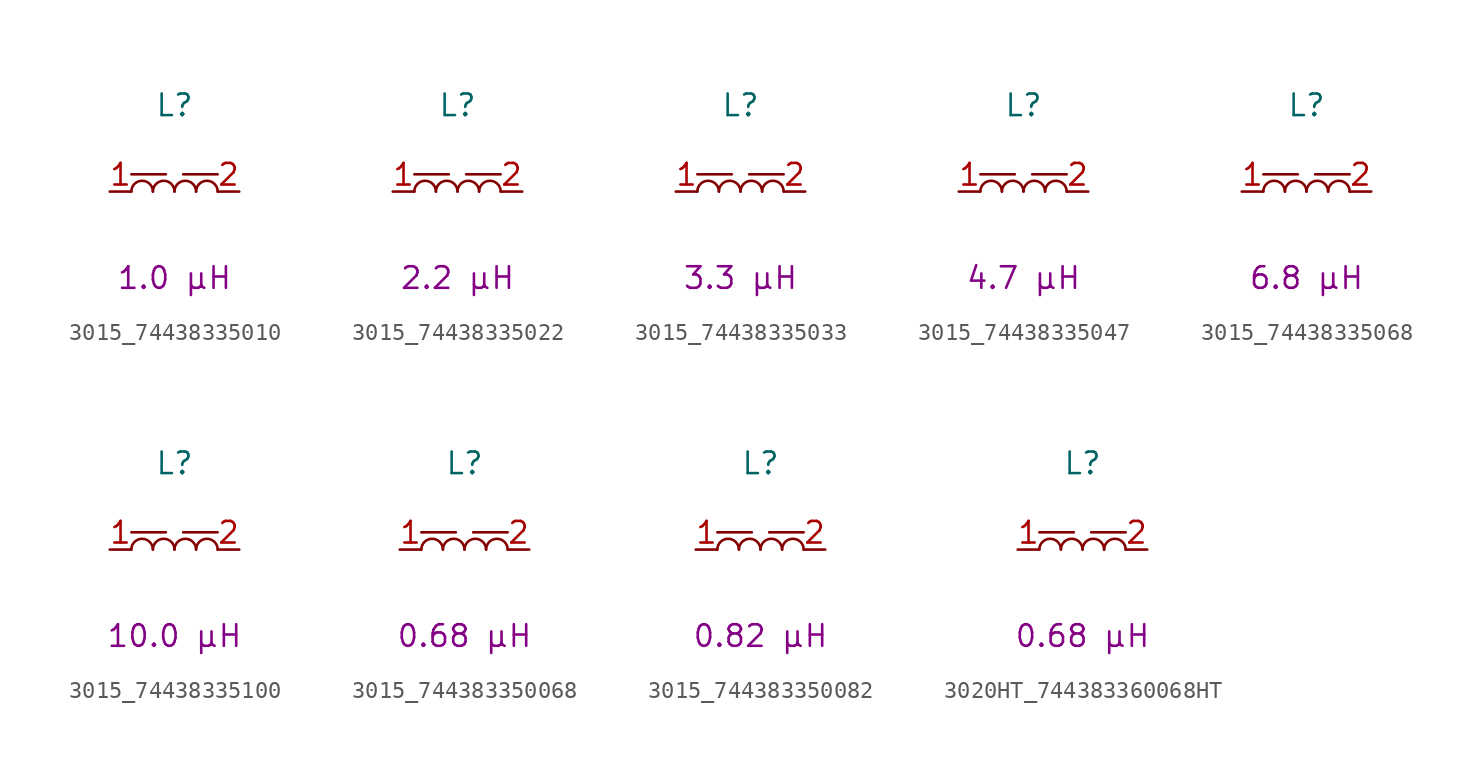
<source format=kicad_sym>
(kicad_symbol_lib
  (version 20241209)
  (generator "kicad_symbol_editor")
  (generator_version "9.0")
  (symbol "3015_74438335010"
    (pin_names
      (hide yes))
    (property "Reference" "L"
      (at 0 5.08 0)
      (effects (font (size 1.27 1.27))))
    (property "Critical Parameter" "1.0 µH"
      (at 0 -5.08 0)
      (effects (font (size 1.27 1.27))))
    (symbol "3015_74438335010_0_1"
      (polyline (pts (xy -2.54 1.016) (xy -0.508 1.016)) (stroke (width 0) (type default)) (fill (type none)))
      (arc (start -2.54 0) (mid -1.905 0.6323) (end -1.27 0) (stroke (width 0) (type default)) (fill (type none)))
      (arc (start -1.27 0) (mid -0.635 0.6323) (end 0 0) (stroke (width 0) (type default)) (fill (type none)))
      (arc (start 0 0) (mid 0.635 0.6323) (end 1.27 0) (stroke (width 0) (type default)) (fill (type none)))
      (arc (start 1.27 0) (mid 1.905 0.6323) (end 2.54 0) (stroke (width 0) (type default)) (fill (type none))))
    (symbol "3015_74438335010_1_1"
      (polyline (pts (xy 2.54 1.016) (xy 0.508 1.016)) (stroke (width 0) (type default)) (fill (type none)))
      (pin passive line (at -3.81 0 0) (length 1.27) (name "1" (effects (font (size 1.27 1.27)))) (number "1" (effects (font (size 1.27 1.27)))))
      (pin passive line (at 3.81 0 180) (length 1.27) (name "2" (effects (font (size 1.27 1.27)))) (number "2" (effects (font (size 1.27 1.27)))))))
  (symbol "3015_74438335022"
    (pin_names
      (hide yes))
    (property "Reference" "L"
      (at 0 5.08 0)
      (effects (font (size 1.27 1.27))))
    (property "Critical Parameter" "2.2 µH"
      (at 0 -5.08 0)
      (effects (font (size 1.27 1.27))))
    (symbol "3015_74438335022_0_1"
      (polyline (pts (xy -2.54 1.016) (xy -0.508 1.016)) (stroke (width 0) (type default)) (fill (type none)))
      (arc (start -2.54 0) (mid -1.905 0.6323) (end -1.27 0) (stroke (width 0) (type default)) (fill (type none)))
      (arc (start -1.27 0) (mid -0.635 0.6323) (end 0 0) (stroke (width 0) (type default)) (fill (type none)))
      (arc (start 0 0) (mid 0.635 0.6323) (end 1.27 0) (stroke (width 0) (type default)) (fill (type none)))
      (arc (start 1.27 0) (mid 1.905 0.6323) (end 2.54 0) (stroke (width 0) (type default)) (fill (type none))))
    (symbol "3015_74438335022_1_1"
      (polyline (pts (xy 2.54 1.016) (xy 0.508 1.016)) (stroke (width 0) (type default)) (fill (type none)))
      (pin passive line (at -3.81 0 0) (length 1.27) (name "1" (effects (font (size 1.27 1.27)))) (number "1" (effects (font (size 1.27 1.27)))))
      (pin passive line (at 3.81 0 180) (length 1.27) (name "2" (effects (font (size 1.27 1.27)))) (number "2" (effects (font (size 1.27 1.27)))))))
  (symbol "3015_74438335033"
    (pin_names
      (hide yes))
    (property "Reference" "L"
      (at 0 5.08 0)
      (effects (font (size 1.27 1.27))))
    (property "Critical Parameter" "3.3 µH"
      (at 0 -5.08 0)
      (effects (font (size 1.27 1.27))))
    (symbol "3015_74438335033_0_1"
      (polyline (pts (xy -2.54 1.016) (xy -0.508 1.016)) (stroke (width 0) (type default)) (fill (type none)))
      (arc (start -2.54 0) (mid -1.905 0.6323) (end -1.27 0) (stroke (width 0) (type default)) (fill (type none)))
      (arc (start -1.27 0) (mid -0.635 0.6323) (end 0 0) (stroke (width 0) (type default)) (fill (type none)))
      (arc (start 0 0) (mid 0.635 0.6323) (end 1.27 0) (stroke (width 0) (type default)) (fill (type none)))
      (arc (start 1.27 0) (mid 1.905 0.6323) (end 2.54 0) (stroke (width 0) (type default)) (fill (type none))))
    (symbol "3015_74438335033_1_1"
      (polyline (pts (xy 2.54 1.016) (xy 0.508 1.016)) (stroke (width 0) (type default)) (fill (type none)))
      (pin passive line (at -3.81 0 0) (length 1.27) (name "1" (effects (font (size 1.27 1.27)))) (number "1" (effects (font (size 1.27 1.27)))))
      (pin passive line (at 3.81 0 180) (length 1.27) (name "2" (effects (font (size 1.27 1.27)))) (number "2" (effects (font (size 1.27 1.27)))))))
  (symbol "3015_74438335047"
    (pin_names
      (hide yes))
    (property "Reference" "L"
      (at 0 5.08 0)
      (effects (font (size 1.27 1.27))))
    (property "Critical Parameter" "4.7 µH"
      (at 0 -5.08 0)
      (effects (font (size 1.27 1.27))))
    (symbol "3015_74438335047_0_1"
      (polyline (pts (xy -2.54 1.016) (xy -0.508 1.016)) (stroke (width 0) (type default)) (fill (type none)))
      (arc (start -2.54 0) (mid -1.905 0.6323) (end -1.27 0) (stroke (width 0) (type default)) (fill (type none)))
      (arc (start -1.27 0) (mid -0.635 0.6323) (end 0 0) (stroke (width 0) (type default)) (fill (type none)))
      (arc (start 0 0) (mid 0.635 0.6323) (end 1.27 0) (stroke (width 0) (type default)) (fill (type none)))
      (arc (start 1.27 0) (mid 1.905 0.6323) (end 2.54 0) (stroke (width 0) (type default)) (fill (type none))))
    (symbol "3015_74438335047_1_1"
      (polyline (pts (xy 2.54 1.016) (xy 0.508 1.016)) (stroke (width 0) (type default)) (fill (type none)))
      (pin passive line (at -3.81 0 0) (length 1.27) (name "1" (effects (font (size 1.27 1.27)))) (number "1" (effects (font (size 1.27 1.27)))))
      (pin passive line (at 3.81 0 180) (length 1.27) (name "2" (effects (font (size 1.27 1.27)))) (number "2" (effects (font (size 1.27 1.27)))))))
  (symbol "3015_74438335068"
    (pin_names
      (hide yes))
    (property "Reference" "L"
      (at 0 5.08 0)
      (effects (font (size 1.27 1.27))))
    (property "Critical Parameter" "6.8 µH"
      (at 0 -5.08 0)
      (effects (font (size 1.27 1.27))))
    (symbol "3015_74438335068_0_1"
      (polyline (pts (xy -2.54 1.016) (xy -0.508 1.016)) (stroke (width 0) (type default)) (fill (type none)))
      (arc (start -2.54 0) (mid -1.905 0.6323) (end -1.27 0) (stroke (width 0) (type default)) (fill (type none)))
      (arc (start -1.27 0) (mid -0.635 0.6323) (end 0 0) (stroke (width 0) (type default)) (fill (type none)))
      (arc (start 0 0) (mid 0.635 0.6323) (end 1.27 0) (stroke (width 0) (type default)) (fill (type none)))
      (arc (start 1.27 0) (mid 1.905 0.6323) (end 2.54 0) (stroke (width 0) (type default)) (fill (type none))))
    (symbol "3015_74438335068_1_1"
      (polyline (pts (xy 2.54 1.016) (xy 0.508 1.016)) (stroke (width 0) (type default)) (fill (type none)))
      (pin passive line (at -3.81 0 0) (length 1.27) (name "1" (effects (font (size 1.27 1.27)))) (number "1" (effects (font (size 1.27 1.27)))))
      (pin passive line (at 3.81 0 180) (length 1.27) (name "2" (effects (font (size 1.27 1.27)))) (number "2" (effects (font (size 1.27 1.27)))))))
  (symbol "3015_74438335100"
    (pin_names
      (hide yes))
    (property "Reference" "L"
      (at 0 5.08 0)
      (effects (font (size 1.27 1.27))))
    (property "Critical Parameter" "10.0 µH"
      (at 0 -5.08 0)
      (effects (font (size 1.27 1.27))))
    (symbol "3015_74438335100_0_1"
      (polyline (pts (xy -2.54 1.016) (xy -0.508 1.016)) (stroke (width 0) (type default)) (fill (type none)))
      (arc (start -2.54 0) (mid -1.905 0.6323) (end -1.27 0) (stroke (width 0) (type default)) (fill (type none)))
      (arc (start -1.27 0) (mid -0.635 0.6323) (end 0 0) (stroke (width 0) (type default)) (fill (type none)))
      (arc (start 0 0) (mid 0.635 0.6323) (end 1.27 0) (stroke (width 0) (type default)) (fill (type none)))
      (arc (start 1.27 0) (mid 1.905 0.6323) (end 2.54 0) (stroke (width 0) (type default)) (fill (type none))))
    (symbol "3015_74438335100_1_1"
      (polyline (pts (xy 2.54 1.016) (xy 0.508 1.016)) (stroke (width 0) (type default)) (fill (type none)))
      (pin passive line (at -3.81 0 0) (length 1.27) (name "1" (effects (font (size 1.27 1.27)))) (number "1" (effects (font (size 1.27 1.27)))))
      (pin passive line (at 3.81 0 180) (length 1.27) (name "2" (effects (font (size 1.27 1.27)))) (number "2" (effects (font (size 1.27 1.27)))))))
  (symbol "3015_744383350068"
    (pin_names
      (hide yes))
    (property "Reference" "L"
      (at 0 5.08 0)
      (effects (font (size 1.27 1.27))))
    (property "Critical Parameter" "0.68 µH"
      (at 0 -5.08 0)
      (effects (font (size 1.27 1.27))))
    (symbol "3015_744383350068_0_1"
      (polyline (pts (xy -2.54 1.016) (xy -0.508 1.016)) (stroke (width 0) (type default)) (fill (type none)))
      (arc (start -2.54 0) (mid -1.905 0.6323) (end -1.27 0) (stroke (width 0) (type default)) (fill (type none)))
      (arc (start -1.27 0) (mid -0.635 0.6323) (end 0 0) (stroke (width 0) (type default)) (fill (type none)))
      (arc (start 0 0) (mid 0.635 0.6323) (end 1.27 0) (stroke (width 0) (type default)) (fill (type none)))
      (arc (start 1.27 0) (mid 1.905 0.6323) (end 2.54 0) (stroke (width 0) (type default)) (fill (type none))))
    (symbol "3015_744383350068_1_1"
      (polyline (pts (xy 2.54 1.016) (xy 0.508 1.016)) (stroke (width 0) (type default)) (fill (type none)))
      (pin passive line (at -3.81 0 0) (length 1.27) (name "1" (effects (font (size 1.27 1.27)))) (number "1" (effects (font (size 1.27 1.27)))))
      (pin passive line (at 3.81 0 180) (length 1.27) (name "2" (effects (font (size 1.27 1.27)))) (number "2" (effects (font (size 1.27 1.27)))))))
  (symbol "3015_744383350082"
    (pin_names
      (hide yes))
    (property "Reference" "L"
      (at 0 5.08 0)
      (effects (font (size 1.27 1.27))))
    (property "Critical Parameter" "0.82 µH"
      (at 0 -5.08 0)
      (effects (font (size 1.27 1.27))))
    (symbol "3015_744383350082_0_1"
      (polyline (pts (xy -2.54 1.016) (xy -0.508 1.016)) (stroke (width 0) (type default)) (fill (type none)))
      (arc (start -2.54 0) (mid -1.905 0.6323) (end -1.27 0) (stroke (width 0) (type default)) (fill (type none)))
      (arc (start -1.27 0) (mid -0.635 0.6323) (end 0 0) (stroke (width 0) (type default)) (fill (type none)))
      (arc (start 0 0) (mid 0.635 0.6323) (end 1.27 0) (stroke (width 0) (type default)) (fill (type none)))
      (arc (start 1.27 0) (mid 1.905 0.6323) (end 2.54 0) (stroke (width 0) (type default)) (fill (type none))))
    (symbol "3015_744383350082_1_1"
      (polyline (pts (xy 2.54 1.016) (xy 0.508 1.016)) (stroke (width 0) (type default)) (fill (type none)))
      (pin passive line (at -3.81 0 0) (length 1.27) (name "1" (effects (font (size 1.27 1.27)))) (number "1" (effects (font (size 1.27 1.27)))))
      (pin passive line (at 3.81 0 180) (length 1.27) (name "2" (effects (font (size 1.27 1.27)))) (number "2" (effects (font (size 1.27 1.27)))))))
  (symbol "3020HT_744383360068HT"
    (pin_names
      (hide yes))
    (property "Reference" "L"
      (at 0 5.08 0)
      (effects (font (size 1.27 1.27))))
    (property "Critical Parameter" "0.68 µH"
      (at 0 -5.08 0)
      (effects (font (size 1.27 1.27))))
    (symbol "3020HT_744383360068HT_0_1"
      (polyline (pts (xy -2.54 1.016) (xy -0.508 1.016)) (stroke (width 0) (type default)) (fill (type none)))
      (arc (start -2.54 0) (mid -1.905 0.6323) (end -1.27 0) (stroke (width 0) (type default)) (fill (type none)))
      (arc (start -1.27 0) (mid -0.635 0.6323) (end 0 0) (stroke (width 0) (type default)) (fill (type none)))
      (arc (start 0 0) (mid 0.635 0.6323) (end 1.27 0) (stroke (width 0) (type default)) (fill (type none)))
      (arc (start 1.27 0) (mid 1.905 0.6323) (end 2.54 0) (stroke (width 0) (type default)) (fill (type none))))
    (symbol "3020HT_744383360068HT_1_1"
      (polyline (pts (xy 2.54 1.016) (xy 0.508 1.016)) (stroke (width 0) (type default)) (fill (type none)))
      (pin passive line (at -3.81 0 0) (length 1.27) (name "1" (effects (font (size 1.27 1.27)))) (number "1" (effects (font (size 1.27 1.27)))))
      (pin passive line (at 3.81 0 180) (length 1.27) (name "2" (effects (font (size 1.27 1.27)))) (number "2" (effects (font (size 1.27 1.27))))))))
</source>
